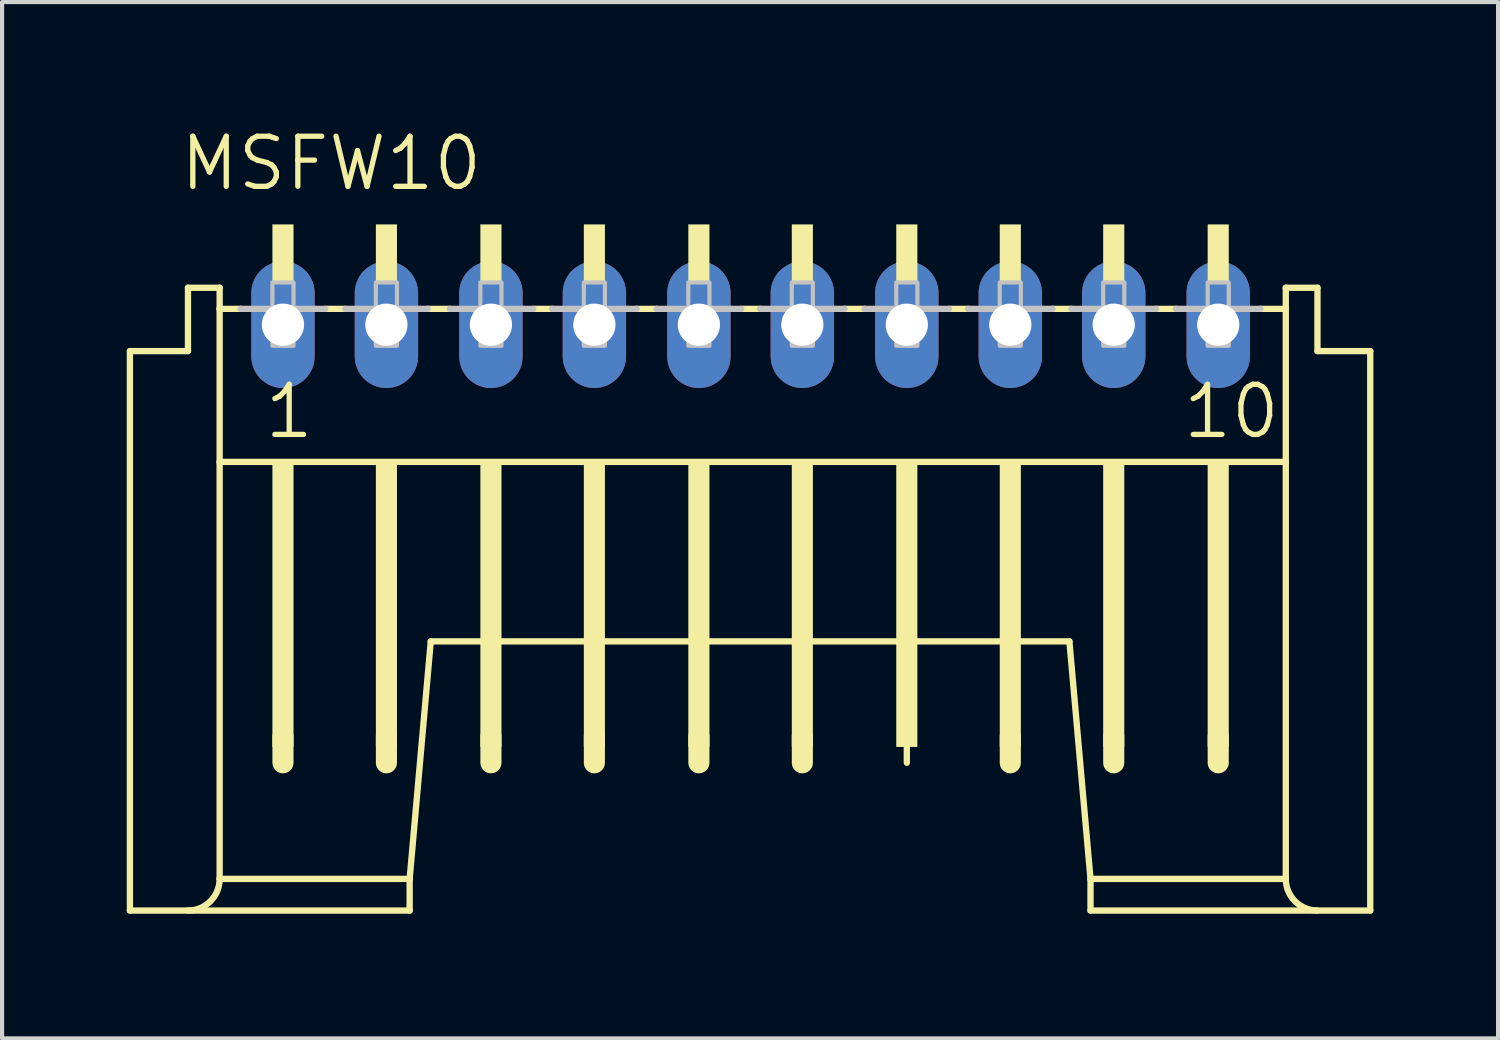
<source format=kicad_pcb>
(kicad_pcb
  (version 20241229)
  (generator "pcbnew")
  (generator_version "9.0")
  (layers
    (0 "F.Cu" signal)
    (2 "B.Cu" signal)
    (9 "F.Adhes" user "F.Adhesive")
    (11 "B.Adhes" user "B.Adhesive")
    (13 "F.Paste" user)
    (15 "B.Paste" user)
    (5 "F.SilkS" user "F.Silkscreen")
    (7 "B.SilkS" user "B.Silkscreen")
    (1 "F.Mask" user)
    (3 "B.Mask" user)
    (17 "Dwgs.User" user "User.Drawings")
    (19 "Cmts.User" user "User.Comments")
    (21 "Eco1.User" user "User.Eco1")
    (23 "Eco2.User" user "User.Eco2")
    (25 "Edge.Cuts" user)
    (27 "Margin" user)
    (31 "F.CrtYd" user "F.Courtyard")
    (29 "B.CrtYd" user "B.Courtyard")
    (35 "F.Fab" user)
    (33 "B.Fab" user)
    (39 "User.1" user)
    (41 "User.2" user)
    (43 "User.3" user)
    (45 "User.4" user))
  (footprint "MSFW10"
    (layer "F.Cu")
    (at 3.759 6.668)
    (property "Reference" "MSFW10" (at -2.54 -5.08 0) (layer "F.SilkS") (effects (font (size 1.206 1.206) (thickness 0.127)) (justify left bottom)))
    (attr through_hole)
    (fp_line (start -3.683 12.192) (end -3.683 -1.27) (stroke (width 0.152) (type solid)) (layer "F.SilkS"))
    (fp_line (start -3.683 12.192) (end 3.048 12.192) (stroke (width 0.152) (type solid)) (layer "F.SilkS"))
    (fp_line (start -2.286 -1.27) (end -3.683 -1.27) (stroke (width 0.152) (type solid)) (layer "F.SilkS"))
    (fp_line (start -2.286 -1.27) (end -2.286 -2.794) (stroke (width 0.152) (type solid)) (layer "F.SilkS"))
    (fp_line (start -1.524 -2.794) (end -2.286 -2.794) (stroke (width 0.152) (type solid)) (layer "F.SilkS"))
    (fp_line (start -1.524 -2.286) (end -1.524 -2.794) (stroke (width 0.152) (type solid)) (layer "F.SilkS"))
    (fp_line (start -1.524 1.397) (end -1.524 -2.286) (stroke (width 0.152) (type solid)) (layer "F.SilkS"))
    (fp_line (start -1.524 11.43) (end -1.524 1.397) (stroke (width 0.152) (type solid)) (layer "F.SilkS"))
    (fp_line (start -1.524 11.43) (end 3.048 11.43) (stroke (width 0.152) (type solid)) (layer "F.SilkS"))
    (fp_line (start -1.016 -2.286) (end -1.524 -2.286) (stroke (width 0.152) (type solid)) (layer "F.SilkS"))
    (fp_line (start 0 8.001) (end 0 8.636) (stroke (width 0.508) (type solid)) (layer "F.SilkS"))
    (fp_line (start 1.499 -2.286) (end 1.016 -2.286) (stroke (width 0.152) (type solid)) (layer "F.SilkS"))
    (fp_line (start 2.489 8.001) (end 2.489 8.636) (stroke (width 0.508) (type solid)) (layer "F.SilkS"))
    (fp_line (start 3.048 11.43) (end 3.556 5.715) (stroke (width 0.152) (type solid)) (layer "F.SilkS"))
    (fp_line (start 3.048 12.192) (end 3.048 11.43) (stroke (width 0.152) (type solid)) (layer "F.SilkS"))
    (fp_line (start 3.556 5.715) (end 18.923 5.715) (stroke (width 0.152) (type solid)) (layer "F.SilkS"))
    (fp_line (start 4.013 -2.286) (end 3.48 -2.286) (stroke (width 0.152) (type solid)) (layer "F.SilkS"))
    (fp_line (start 5.004 8.001) (end 5.004 8.636) (stroke (width 0.508) (type solid)) (layer "F.SilkS"))
    (fp_line (start 6.477 -2.286) (end 6.02 -2.286) (stroke (width 0.152) (type solid)) (layer "F.SilkS"))
    (fp_line (start 7.493 8.001) (end 7.493 8.636) (stroke (width 0.508) (type solid)) (layer "F.SilkS"))
    (fp_line (start 8.992 -2.286) (end 8.509 -2.286) (stroke (width 0.152) (type solid)) (layer "F.SilkS"))
    (fp_line (start 10.008 8.001) (end 10.008 8.636) (stroke (width 0.508) (type solid)) (layer "F.SilkS"))
    (fp_line (start 11.481 -2.286) (end 11.024 -2.286) (stroke (width 0.152) (type solid)) (layer "F.SilkS"))
    (fp_line (start 12.497 8.001) (end 12.497 8.636) (stroke (width 0.508) (type solid)) (layer "F.SilkS"))
    (fp_line (start 13.995 -2.286) (end 13.513 -2.286) (stroke (width 0.152) (type solid)) (layer "F.SilkS"))
    (fp_line (start 15.011 8.001) (end 15.011 8.636) (stroke (width 0.152) (type solid)) (layer "F.SilkS"))
    (fp_line (start 16.485 -2.286) (end 16.027 -2.286) (stroke (width 0.152) (type solid)) (layer "F.SilkS"))
    (fp_line (start 17.501 8.001) (end 17.501 8.636) (stroke (width 0.508) (type solid)) (layer "F.SilkS"))
    (fp_line (start 18.974 -2.286) (end 18.517 -2.286) (stroke (width 0.152) (type solid)) (layer "F.SilkS"))
    (fp_line (start 19.431 11.43) (end 18.923 5.715) (stroke (width 0.152) (type solid)) (layer "F.SilkS"))
    (fp_line (start 19.431 12.192) (end 19.431 11.43) (stroke (width 0.152) (type solid)) (layer "F.SilkS"))
    (fp_line (start 19.431 12.192) (end 26.162 12.192) (stroke (width 0.152) (type solid)) (layer "F.SilkS"))
    (fp_line (start 19.99 8.001) (end 19.99 8.636) (stroke (width 0.508) (type solid)) (layer "F.SilkS"))
    (fp_line (start 21.488 -2.286) (end 21.006 -2.286) (stroke (width 0.152) (type solid)) (layer "F.SilkS"))
    (fp_line (start 22.504 8.001) (end 22.504 8.636) (stroke (width 0.508) (type solid)) (layer "F.SilkS"))
    (fp_line (start 24.13 -2.794) (end 24.13 -2.286) (stroke (width 0.152) (type solid)) (layer "F.SilkS"))
    (fp_line (start 24.13 -2.286) (end 23.52 -2.286) (stroke (width 0.152) (type solid)) (layer "F.SilkS"))
    (fp_line (start 24.13 -2.286) (end 24.13 1.397) (stroke (width 0.152) (type solid)) (layer "F.SilkS"))
    (fp_line (start 24.13 1.397) (end -1.524 1.397) (stroke (width 0.152) (type solid)) (layer "F.SilkS"))
    (fp_line (start 24.13 1.397) (end 24.13 11.43) (stroke (width 0.152) (type solid)) (layer "F.SilkS"))
    (fp_line (start 24.13 11.43) (end 19.431 11.43) (stroke (width 0.152) (type solid)) (layer "F.SilkS"))
    (fp_line (start 24.892 -2.794) (end 24.13 -2.794) (stroke (width 0.152) (type solid)) (layer "F.SilkS"))
    (fp_line (start 24.892 -2.794) (end 24.892 -1.27) (stroke (width 0.152) (type solid)) (layer "F.SilkS"))
    (fp_line (start 26.162 -1.27) (end 24.892 -1.27) (stroke (width 0.152) (type solid)) (layer "F.SilkS"))
    (fp_line (start 26.162 -1.27) (end 26.162 12.192) (stroke (width 0.152) (type solid)) (layer "F.SilkS"))
    (fp_arc (start -1.524 11.43) (mid -1.747185 11.968815) (end -2.286 12.192) (stroke (width 0.1524) (type solid)) (layer "F.SilkS"))
    (fp_arc (start 24.892 12.192) (mid 24.353185 11.968815) (end 24.13 11.43) (stroke (width 0.1524) (type solid)) (layer "F.SilkS"))
    (fp_poly (pts (xy -0.254 -2.921) (xy 0.254 -2.921) (xy 0.254 -4.318) (xy -0.254 -4.318)) (stroke (width 0) (type solid)) (fill yes) (layer "F.SilkS"))
    (fp_poly (pts (xy -0.254 8.255) (xy 0.254 8.255) (xy 0.254 1.397) (xy -0.254 1.397)) (stroke (width 0) (type solid)) (fill yes) (layer "F.SilkS"))
    (fp_poly (pts (xy 2.235 -2.921) (xy 2.743 -2.921) (xy 2.743 -4.318) (xy 2.235 -4.318)) (stroke (width 0) (type solid)) (fill yes) (layer "F.SilkS"))
    (fp_poly (pts (xy 2.235 8.255) (xy 2.743 8.255) (xy 2.743 1.397) (xy 2.235 1.397)) (stroke (width 0) (type solid)) (fill yes) (layer "F.SilkS"))
    (fp_poly (pts (xy 4.75 -2.921) (xy 5.258 -2.921) (xy 5.258 -4.318) (xy 4.75 -4.318)) (stroke (width 0) (type solid)) (fill yes) (layer "F.SilkS"))
    (fp_poly (pts (xy 4.75 8.255) (xy 5.258 8.255) (xy 5.258 1.397) (xy 4.75 1.397)) (stroke (width 0) (type solid)) (fill yes) (layer "F.SilkS"))
    (fp_poly (pts (xy 7.239 -2.921) (xy 7.747 -2.921) (xy 7.747 -4.318) (xy 7.239 -4.318)) (stroke (width 0) (type solid)) (fill yes) (layer "F.SilkS"))
    (fp_poly (pts (xy 7.239 8.255) (xy 7.747 8.255) (xy 7.747 1.397) (xy 7.239 1.397)) (stroke (width 0) (type solid)) (fill yes) (layer "F.SilkS"))
    (fp_poly (pts (xy 9.754 -2.921) (xy 10.262 -2.921) (xy 10.262 -4.318) (xy 9.754 -4.318)) (stroke (width 0) (type solid)) (fill yes) (layer "F.SilkS"))
    (fp_poly (pts (xy 9.754 8.255) (xy 10.262 8.255) (xy 10.262 1.397) (xy 9.754 1.397)) (stroke (width 0) (type solid)) (fill yes) (layer "F.SilkS"))
    (fp_poly (pts (xy 12.243 -2.921) (xy 12.751 -2.921) (xy 12.751 -4.318) (xy 12.243 -4.318)) (stroke (width 0) (type solid)) (fill yes) (layer "F.SilkS"))
    (fp_poly (pts (xy 12.243 8.255) (xy 12.751 8.255) (xy 12.751 1.397) (xy 12.243 1.397)) (stroke (width 0) (type solid)) (fill yes) (layer "F.SilkS"))
    (fp_poly (pts (xy 14.757 -2.921) (xy 15.265 -2.921) (xy 15.265 -4.318) (xy 14.757 -4.318)) (stroke (width 0) (type solid)) (fill yes) (layer "F.SilkS"))
    (fp_poly (pts (xy 14.757 8.255) (xy 15.265 8.255) (xy 15.265 1.397) (xy 14.757 1.397)) (stroke (width 0) (type solid)) (fill yes) (layer "F.SilkS"))
    (fp_poly (pts (xy 17.247 -2.921) (xy 17.755 -2.921) (xy 17.755 -4.318) (xy 17.247 -4.318)) (stroke (width 0) (type solid)) (fill yes) (layer "F.SilkS"))
    (fp_poly (pts (xy 17.247 8.255) (xy 17.755 8.255) (xy 17.755 1.397) (xy 17.247 1.397)) (stroke (width 0) (type solid)) (fill yes) (layer "F.SilkS"))
    (fp_poly (pts (xy 19.736 -2.921) (xy 20.244 -2.921) (xy 20.244 -4.318) (xy 19.736 -4.318)) (stroke (width 0) (type solid)) (fill yes) (layer "F.SilkS"))
    (fp_poly (pts (xy 19.736 8.255) (xy 20.244 8.255) (xy 20.244 1.397) (xy 19.736 1.397)) (stroke (width 0) (type solid)) (fill yes) (layer "F.SilkS"))
    (fp_poly (pts (xy 22.25 -2.921) (xy 22.758 -2.921) (xy 22.758 -4.318) (xy 22.25 -4.318)) (stroke (width 0) (type solid)) (fill yes) (layer "F.SilkS"))
    (fp_poly (pts (xy 22.25 8.255) (xy 22.758 8.255) (xy 22.758 1.397) (xy 22.25 1.397)) (stroke (width 0) (type solid)) (fill yes) (layer "F.SilkS"))
    (fp_line (start -1.016 -2.286) (end 1.016 -2.286) (stroke (width 0.152) (type solid)) (layer "Dwgs.User"))
    (fp_line (start 1.499 -2.286) (end 3.48 -2.286) (stroke (width 0.152) (type solid)) (layer "Dwgs.User"))
    (fp_line (start 4.013 -2.286) (end 6.02 -2.286) (stroke (width 0.152) (type solid)) (layer "Dwgs.User"))
    (fp_line (start 6.477 -2.286) (end 8.509 -2.286) (stroke (width 0.152) (type solid)) (layer "Dwgs.User"))
    (fp_line (start 8.992 -2.286) (end 11.024 -2.286) (stroke (width 0.152) (type solid)) (layer "Dwgs.User"))
    (fp_line (start 11.481 -2.286) (end 13.513 -2.286) (stroke (width 0.152) (type solid)) (layer "Dwgs.User"))
    (fp_line (start 13.995 -2.286) (end 16.027 -2.286) (stroke (width 0.152) (type solid)) (layer "Dwgs.User"))
    (fp_line (start 16.485 -2.286) (end 18.517 -2.286) (stroke (width 0.152) (type solid)) (layer "Dwgs.User"))
    (fp_line (start 18.974 -2.286) (end 21.006 -2.286) (stroke (width 0.152) (type solid)) (layer "Dwgs.User"))
    (fp_line (start 21.488 -2.286) (end 23.52 -2.286) (stroke (width 0.152) (type solid)) (layer "Dwgs.User"))
    (fp_poly (pts (xy -0.254 -1.397) (xy 0.254 -1.397) (xy 0.254 -2.921) (xy -0.254 -2.921)) (stroke (width 0.1) (type solid)) (fill no) (layer "Dwgs.User"))
    (fp_poly (pts (xy 2.235 -1.397) (xy 2.743 -1.397) (xy 2.743 -2.921) (xy 2.235 -2.921)) (stroke (width 0.1) (type solid)) (fill no) (layer "Dwgs.User"))
    (fp_poly (pts (xy 4.75 -1.397) (xy 5.258 -1.397) (xy 5.258 -2.921) (xy 4.75 -2.921)) (stroke (width 0.1) (type solid)) (fill no) (layer "Dwgs.User"))
    (fp_poly (pts (xy 7.239 -1.397) (xy 7.747 -1.397) (xy 7.747 -2.921) (xy 7.239 -2.921)) (stroke (width 0.1) (type solid)) (fill no) (layer "Dwgs.User"))
    (fp_poly (pts (xy 9.754 -1.397) (xy 10.262 -1.397) (xy 10.262 -2.921) (xy 9.754 -2.921)) (stroke (width 0.1) (type solid)) (fill no) (layer "Dwgs.User"))
    (fp_poly (pts (xy 12.243 -1.397) (xy 12.751 -1.397) (xy 12.751 -2.921) (xy 12.243 -2.921)) (stroke (width 0.1) (type solid)) (fill no) (layer "Dwgs.User"))
    (fp_poly (pts (xy 14.757 -1.397) (xy 15.265 -1.397) (xy 15.265 -2.921) (xy 14.757 -2.921)) (stroke (width 0.1) (type solid)) (fill no) (layer "Dwgs.User"))
    (fp_poly (pts (xy 17.247 -1.397) (xy 17.755 -1.397) (xy 17.755 -2.921) (xy 17.247 -2.921)) (stroke (width 0.1) (type solid)) (fill no) (layer "Dwgs.User"))
    (fp_poly (pts (xy 19.736 -1.397) (xy 20.244 -1.397) (xy 20.244 -2.921) (xy 19.736 -2.921)) (stroke (width 0.1) (type solid)) (fill no) (layer "Dwgs.User"))
    (fp_poly (pts (xy 22.25 -1.397) (xy 22.758 -1.397) (xy 22.758 -2.921) (xy 22.25 -2.921)) (stroke (width 0.1) (type solid)) (fill no) (layer "Dwgs.User"))
    (fp_text user "1" (at -0.508 0.889 0) (layer "F.SilkS") (effects (font (size 1.206 1.206) (thickness 0.127)) (justify left bottom)))
    (fp_text user "10" (at 21.59 0.889 0) (layer "F.SilkS") (effects (font (size 1.206 1.206) (thickness 0.127)) (justify left bottom)))
    (pad "1" thru_hole oval (at 0 -1.905 90) (size 3.048 1.524) (drill 1.016) (layers "*.Cu" "*.Mask"))
    (pad "2" thru_hole oval (at 2.489 -1.905 90) (size 3.048 1.524) (drill 1.016) (layers "*.Cu" "*.Mask"))
    (pad "3" thru_hole oval (at 5.004 -1.905 90) (size 3.048 1.524) (drill 1.016) (layers "*.Cu" "*.Mask"))
    (pad "4" thru_hole oval (at 7.493 -1.905 90) (size 3.048 1.524) (drill 1.016) (layers "*.Cu" "*.Mask"))
    (pad "5" thru_hole oval (at 10.008 -1.905 90) (size 3.048 1.524) (drill 1.016) (layers "*.Cu" "*.Mask"))
    (pad "6" thru_hole oval (at 12.497 -1.905 90) (size 3.048 1.524) (drill 1.016) (layers "*.Cu" "*.Mask"))
    (pad "7" thru_hole oval (at 15.011 -1.905 90) (size 3.048 1.524) (drill 1.016) (layers "*.Cu" "*.Mask"))
    (pad "8" thru_hole oval (at 17.501 -1.905 90) (size 3.048 1.524) (drill 1.016) (layers "*.Cu" "*.Mask"))
    (pad "9" thru_hole oval (at 19.99 -1.905 90) (size 3.048 1.524) (drill 1.016) (layers "*.Cu" "*.Mask"))
    (pad "10" thru_hole oval (at 22.504 -1.905 90) (size 3.048 1.524) (drill 1.016) (layers "*.Cu" "*.Mask")))
  (gr_rect
    (start -3 -3)
    (end 32.997 21.936)
    (stroke (width 0.1) (type default))
    (fill no)
    (layer "Edge.Cuts")))
</source>
